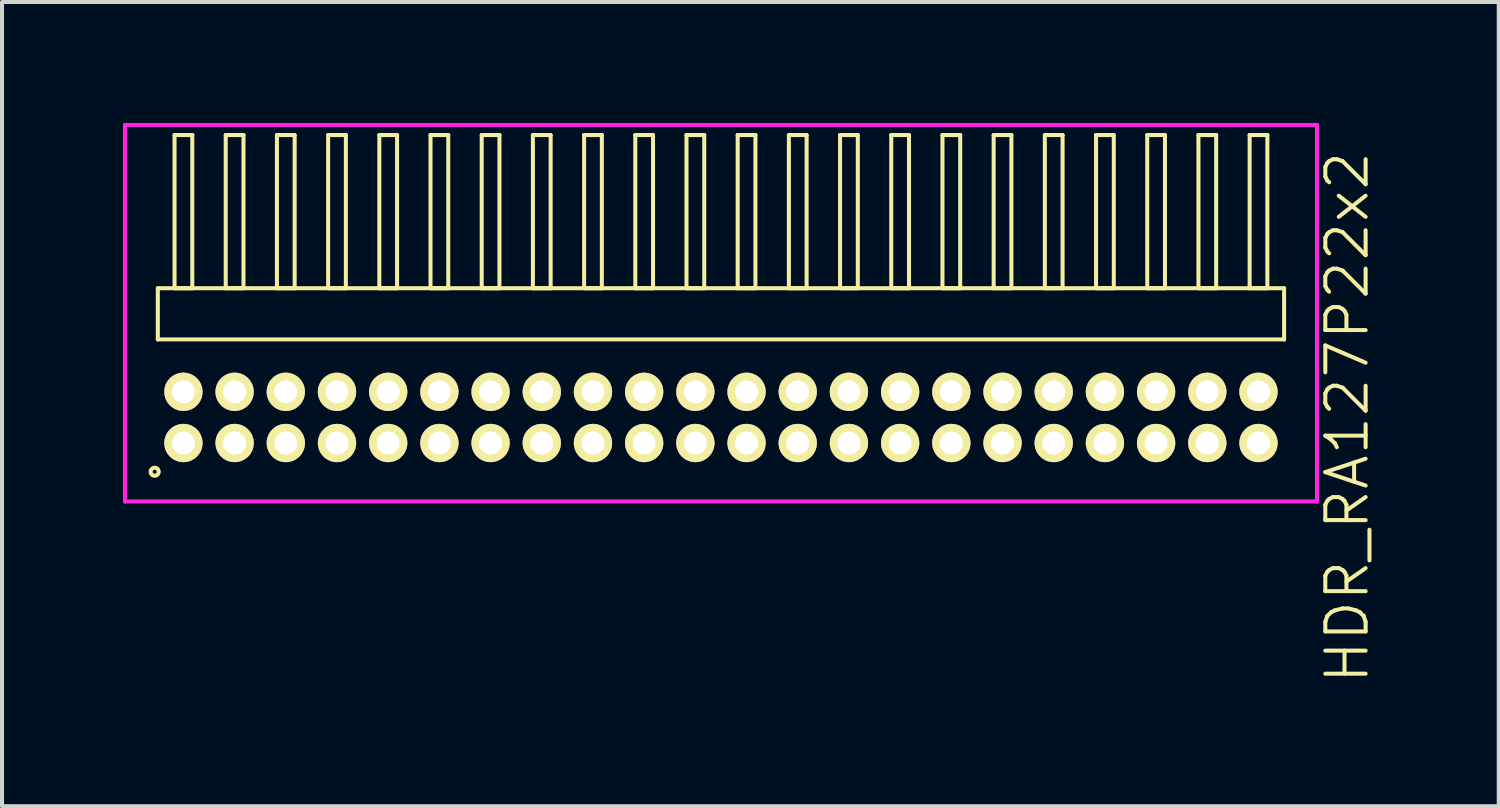
<source format=kicad_pcb>
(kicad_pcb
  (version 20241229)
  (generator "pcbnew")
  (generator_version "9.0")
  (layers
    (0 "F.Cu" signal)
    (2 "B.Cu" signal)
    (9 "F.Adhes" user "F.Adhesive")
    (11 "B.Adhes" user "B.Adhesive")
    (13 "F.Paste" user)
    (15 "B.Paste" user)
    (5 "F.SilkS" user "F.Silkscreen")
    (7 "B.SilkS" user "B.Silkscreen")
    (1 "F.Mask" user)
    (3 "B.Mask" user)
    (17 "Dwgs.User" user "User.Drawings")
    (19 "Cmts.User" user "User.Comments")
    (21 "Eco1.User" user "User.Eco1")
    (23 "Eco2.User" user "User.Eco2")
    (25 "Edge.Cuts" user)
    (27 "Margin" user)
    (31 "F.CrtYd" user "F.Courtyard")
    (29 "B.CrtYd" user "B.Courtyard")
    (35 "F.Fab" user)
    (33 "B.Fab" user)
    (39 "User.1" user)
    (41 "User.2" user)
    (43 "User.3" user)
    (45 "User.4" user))
  (footprint "HDR_RA127P22x2"
    (layer "F.Cu")
    (at 14.835 7.305)
    (property "Reference" "HDR_RA127P22x2" (at 15.535 0 90) (layer "F.SilkS") (effects (font (size 1 1) (thickness 0.1))))
    (attr through_hole)
    (fp_line (start -13.97 -3.205) (end -13.97 -1.935) (stroke (width 0.1) (type solid)) (layer "F.SilkS"))
    (fp_line (start -13.97 -1.935) (end 13.97 -1.935) (stroke (width 0.1) (type solid)) (layer "F.SilkS"))
    (fp_line (start -13.555 -7.005) (end -13.555 -3.205) (stroke (width 0.1) (type solid)) (layer "F.SilkS"))
    (fp_line (start -13.555 -3.205) (end -13.115 -3.205) (stroke (width 0.1) (type solid)) (layer "F.SilkS"))
    (fp_line (start -13.115 -7.005) (end -13.555 -7.005) (stroke (width 0.1) (type solid)) (layer "F.SilkS"))
    (fp_line (start -13.115 -3.205) (end -13.115 -7.005) (stroke (width 0.1) (type solid)) (layer "F.SilkS"))
    (fp_line (start -12.285 -7.005) (end -12.285 -3.205) (stroke (width 0.1) (type solid)) (layer "F.SilkS"))
    (fp_line (start -12.285 -3.205) (end -11.845 -3.205) (stroke (width 0.1) (type solid)) (layer "F.SilkS"))
    (fp_line (start -11.845 -7.005) (end -12.285 -7.005) (stroke (width 0.1) (type solid)) (layer "F.SilkS"))
    (fp_line (start -11.845 -3.205) (end -11.845 -7.005) (stroke (width 0.1) (type solid)) (layer "F.SilkS"))
    (fp_line (start -11.015 -7.005) (end -11.015 -3.205) (stroke (width 0.1) (type solid)) (layer "F.SilkS"))
    (fp_line (start -11.015 -3.205) (end -10.575 -3.205) (stroke (width 0.1) (type solid)) (layer "F.SilkS"))
    (fp_line (start -10.575 -7.005) (end -11.015 -7.005) (stroke (width 0.1) (type solid)) (layer "F.SilkS"))
    (fp_line (start -10.575 -3.205) (end -10.575 -7.005) (stroke (width 0.1) (type solid)) (layer "F.SilkS"))
    (fp_line (start -9.745 -7.005) (end -9.745 -3.205) (stroke (width 0.1) (type solid)) (layer "F.SilkS"))
    (fp_line (start -9.745 -3.205) (end -9.305 -3.205) (stroke (width 0.1) (type solid)) (layer "F.SilkS"))
    (fp_line (start -9.305 -7.005) (end -9.745 -7.005) (stroke (width 0.1) (type solid)) (layer "F.SilkS"))
    (fp_line (start -9.305 -3.205) (end -9.305 -7.005) (stroke (width 0.1) (type solid)) (layer "F.SilkS"))
    (fp_line (start -8.475 -7.005) (end -8.475 -3.205) (stroke (width 0.1) (type solid)) (layer "F.SilkS"))
    (fp_line (start -8.475 -3.205) (end -8.035 -3.205) (stroke (width 0.1) (type solid)) (layer "F.SilkS"))
    (fp_line (start -8.035 -7.005) (end -8.475 -7.005) (stroke (width 0.1) (type solid)) (layer "F.SilkS"))
    (fp_line (start -8.035 -3.205) (end -8.035 -7.005) (stroke (width 0.1) (type solid)) (layer "F.SilkS"))
    (fp_line (start -7.205 -7.005) (end -7.205 -3.205) (stroke (width 0.1) (type solid)) (layer "F.SilkS"))
    (fp_line (start -7.205 -3.205) (end -6.765 -3.205) (stroke (width 0.1) (type solid)) (layer "F.SilkS"))
    (fp_line (start -6.765 -7.005) (end -7.205 -7.005) (stroke (width 0.1) (type solid)) (layer "F.SilkS"))
    (fp_line (start -6.765 -3.205) (end -6.765 -7.005) (stroke (width 0.1) (type solid)) (layer "F.SilkS"))
    (fp_line (start -5.935 -7.005) (end -5.935 -3.205) (stroke (width 0.1) (type solid)) (layer "F.SilkS"))
    (fp_line (start -5.935 -3.205) (end -5.495 -3.205) (stroke (width 0.1) (type solid)) (layer "F.SilkS"))
    (fp_line (start -5.495 -7.005) (end -5.935 -7.005) (stroke (width 0.1) (type solid)) (layer "F.SilkS"))
    (fp_line (start -5.495 -3.205) (end -5.495 -7.005) (stroke (width 0.1) (type solid)) (layer "F.SilkS"))
    (fp_line (start -4.665 -7.005) (end -4.665 -3.205) (stroke (width 0.1) (type solid)) (layer "F.SilkS"))
    (fp_line (start -4.665 -3.205) (end -4.225 -3.205) (stroke (width 0.1) (type solid)) (layer "F.SilkS"))
    (fp_line (start -4.225 -7.005) (end -4.665 -7.005) (stroke (width 0.1) (type solid)) (layer "F.SilkS"))
    (fp_line (start -4.225 -3.205) (end -4.225 -7.005) (stroke (width 0.1) (type solid)) (layer "F.SilkS"))
    (fp_line (start -3.395 -7.005) (end -3.395 -3.205) (stroke (width 0.1) (type solid)) (layer "F.SilkS"))
    (fp_line (start -3.395 -3.205) (end -2.955 -3.205) (stroke (width 0.1) (type solid)) (layer "F.SilkS"))
    (fp_line (start -2.955 -7.005) (end -3.395 -7.005) (stroke (width 0.1) (type solid)) (layer "F.SilkS"))
    (fp_line (start -2.955 -3.205) (end -2.955 -7.005) (stroke (width 0.1) (type solid)) (layer "F.SilkS"))
    (fp_line (start -2.125 -7.005) (end -2.125 -3.205) (stroke (width 0.1) (type solid)) (layer "F.SilkS"))
    (fp_line (start -2.125 -3.205) (end -1.685 -3.205) (stroke (width 0.1) (type solid)) (layer "F.SilkS"))
    (fp_line (start -1.685 -7.005) (end -2.125 -7.005) (stroke (width 0.1) (type solid)) (layer "F.SilkS"))
    (fp_line (start -1.685 -3.205) (end -1.685 -7.005) (stroke (width 0.1) (type solid)) (layer "F.SilkS"))
    (fp_line (start -0.855 -7.005) (end -0.855 -3.205) (stroke (width 0.1) (type solid)) (layer "F.SilkS"))
    (fp_line (start -0.855 -3.205) (end -0.415 -3.205) (stroke (width 0.1) (type solid)) (layer "F.SilkS"))
    (fp_line (start -0.415 -7.005) (end -0.855 -7.005) (stroke (width 0.1) (type solid)) (layer "F.SilkS"))
    (fp_line (start -0.415 -3.205) (end -0.415 -7.005) (stroke (width 0.1) (type solid)) (layer "F.SilkS"))
    (fp_line (start 0.415 -7.005) (end 0.415 -3.205) (stroke (width 0.1) (type solid)) (layer "F.SilkS"))
    (fp_line (start 0.415 -3.205) (end 0.855 -3.205) (stroke (width 0.1) (type solid)) (layer "F.SilkS"))
    (fp_line (start 0.855 -7.005) (end 0.415 -7.005) (stroke (width 0.1) (type solid)) (layer "F.SilkS"))
    (fp_line (start 0.855 -3.205) (end 0.855 -7.005) (stroke (width 0.1) (type solid)) (layer "F.SilkS"))
    (fp_line (start 1.685 -7.005) (end 1.685 -3.205) (stroke (width 0.1) (type solid)) (layer "F.SilkS"))
    (fp_line (start 1.685 -3.205) (end 2.125 -3.205) (stroke (width 0.1) (type solid)) (layer "F.SilkS"))
    (fp_line (start 2.125 -7.005) (end 1.685 -7.005) (stroke (width 0.1) (type solid)) (layer "F.SilkS"))
    (fp_line (start 2.125 -3.205) (end 2.125 -7.005) (stroke (width 0.1) (type solid)) (layer "F.SilkS"))
    (fp_line (start 2.955 -7.005) (end 2.955 -3.205) (stroke (width 0.1) (type solid)) (layer "F.SilkS"))
    (fp_line (start 2.955 -3.205) (end 3.395 -3.205) (stroke (width 0.1) (type solid)) (layer "F.SilkS"))
    (fp_line (start 3.395 -7.005) (end 2.955 -7.005) (stroke (width 0.1) (type solid)) (layer "F.SilkS"))
    (fp_line (start 3.395 -3.205) (end 3.395 -7.005) (stroke (width 0.1) (type solid)) (layer "F.SilkS"))
    (fp_line (start 4.225 -7.005) (end 4.225 -3.205) (stroke (width 0.1) (type solid)) (layer "F.SilkS"))
    (fp_line (start 4.225 -3.205) (end 4.665 -3.205) (stroke (width 0.1) (type solid)) (layer "F.SilkS"))
    (fp_line (start 4.665 -7.005) (end 4.225 -7.005) (stroke (width 0.1) (type solid)) (layer "F.SilkS"))
    (fp_line (start 4.665 -3.205) (end 4.665 -7.005) (stroke (width 0.1) (type solid)) (layer "F.SilkS"))
    (fp_line (start 5.495 -7.005) (end 5.495 -3.205) (stroke (width 0.1) (type solid)) (layer "F.SilkS"))
    (fp_line (start 5.495 -3.205) (end 5.935 -3.205) (stroke (width 0.1) (type solid)) (layer "F.SilkS"))
    (fp_line (start 5.935 -7.005) (end 5.495 -7.005) (stroke (width 0.1) (type solid)) (layer "F.SilkS"))
    (fp_line (start 5.935 -3.205) (end 5.935 -7.005) (stroke (width 0.1) (type solid)) (layer "F.SilkS"))
    (fp_line (start 6.765 -7.005) (end 6.765 -3.205) (stroke (width 0.1) (type solid)) (layer "F.SilkS"))
    (fp_line (start 6.765 -3.205) (end 7.205 -3.205) (stroke (width 0.1) (type solid)) (layer "F.SilkS"))
    (fp_line (start 7.205 -7.005) (end 6.765 -7.005) (stroke (width 0.1) (type solid)) (layer "F.SilkS"))
    (fp_line (start 7.205 -3.205) (end 7.205 -7.005) (stroke (width 0.1) (type solid)) (layer "F.SilkS"))
    (fp_line (start 8.035 -7.005) (end 8.035 -3.205) (stroke (width 0.1) (type solid)) (layer "F.SilkS"))
    (fp_line (start 8.035 -3.205) (end 8.475 -3.205) (stroke (width 0.1) (type solid)) (layer "F.SilkS"))
    (fp_line (start 8.475 -7.005) (end 8.035 -7.005) (stroke (width 0.1) (type solid)) (layer "F.SilkS"))
    (fp_line (start 8.475 -3.205) (end 8.475 -7.005) (stroke (width 0.1) (type solid)) (layer "F.SilkS"))
    (fp_line (start 9.305 -7.005) (end 9.305 -3.205) (stroke (width 0.1) (type solid)) (layer "F.SilkS"))
    (fp_line (start 9.305 -3.205) (end 9.745 -3.205) (stroke (width 0.1) (type solid)) (layer "F.SilkS"))
    (fp_line (start 9.745 -7.005) (end 9.305 -7.005) (stroke (width 0.1) (type solid)) (layer "F.SilkS"))
    (fp_line (start 9.745 -3.205) (end 9.745 -7.005) (stroke (width 0.1) (type solid)) (layer "F.SilkS"))
    (fp_line (start 10.575 -7.005) (end 10.575 -3.205) (stroke (width 0.1) (type solid)) (layer "F.SilkS"))
    (fp_line (start 10.575 -3.205) (end 11.015 -3.205) (stroke (width 0.1) (type solid)) (layer "F.SilkS"))
    (fp_line (start 11.015 -7.005) (end 10.575 -7.005) (stroke (width 0.1) (type solid)) (layer "F.SilkS"))
    (fp_line (start 11.015 -3.205) (end 11.015 -7.005) (stroke (width 0.1) (type solid)) (layer "F.SilkS"))
    (fp_line (start 11.845 -7.005) (end 11.845 -3.205) (stroke (width 0.1) (type solid)) (layer "F.SilkS"))
    (fp_line (start 11.845 -3.205) (end 12.285 -3.205) (stroke (width 0.1) (type solid)) (layer "F.SilkS"))
    (fp_line (start 12.285 -7.005) (end 11.845 -7.005) (stroke (width 0.1) (type solid)) (layer "F.SilkS"))
    (fp_line (start 12.285 -3.205) (end 12.285 -7.005) (stroke (width 0.1) (type solid)) (layer "F.SilkS"))
    (fp_line (start 13.115 -7.005) (end 13.115 -3.205) (stroke (width 0.1) (type solid)) (layer "F.SilkS"))
    (fp_line (start 13.115 -3.205) (end 13.555 -3.205) (stroke (width 0.1) (type solid)) (layer "F.SilkS"))
    (fp_line (start 13.555 -7.005) (end 13.115 -7.005) (stroke (width 0.1) (type solid)) (layer "F.SilkS"))
    (fp_line (start 13.555 -3.205) (end 13.555 -7.005) (stroke (width 0.1) (type solid)) (layer "F.SilkS"))
    (fp_line (start 13.97 -3.205) (end -13.97 -3.205) (stroke (width 0.1) (type solid)) (layer "F.SilkS"))
    (fp_line (start 13.97 -1.935) (end 13.97 -3.205) (stroke (width 0.1) (type solid)) (layer "F.SilkS"))
    (fp_circle (center -14.048 1.348) (end -13.948 1.348) (stroke (width 0.1) (type solid)) (fill no) (layer "F.SilkS"))
    (fp_line (start -14.785 -7.255) (end -14.785 2.085) (stroke (width 0.1) (type solid)) (layer "F.CrtYd"))
    (fp_line (start -14.785 2.085) (end 14.785 2.085) (stroke (width 0.1) (type solid)) (layer "F.CrtYd"))
    (fp_line (start 14.785 -7.255) (end -14.785 -7.255) (stroke (width 0.1) (type solid)) (layer "F.CrtYd"))
    (fp_line (start 14.785 2.085) (end 14.785 -7.255) (stroke (width 0.1) (type solid)) (layer "F.CrtYd"))
    (pad "1" thru_hole oval (at -13.335 0.635) (size 0.95 0.95) (drill 0.57) (layers "*.Cu" "*.Mask" "F.SilkS"))
    (pad "2" thru_hole oval (at -13.335 -0.635) (size 0.95 0.95) (drill 0.57) (layers "*.Cu" "*.Mask" "F.SilkS"))
    (pad "3" thru_hole oval (at -12.065 0.635) (size 0.95 0.95) (drill 0.57) (layers "*.Cu" "*.Mask" "F.SilkS"))
    (pad "4" thru_hole oval (at -12.065 -0.635) (size 0.95 0.95) (drill 0.57) (layers "*.Cu" "*.Mask" "F.SilkS"))
    (pad "5" thru_hole oval (at -10.795 0.635) (size 0.95 0.95) (drill 0.57) (layers "*.Cu" "*.Mask" "F.SilkS"))
    (pad "6" thru_hole oval (at -10.795 -0.635) (size 0.95 0.95) (drill 0.57) (layers "*.Cu" "*.Mask" "F.SilkS"))
    (pad "7" thru_hole oval (at -9.525 0.635) (size 0.95 0.95) (drill 0.57) (layers "*.Cu" "*.Mask" "F.SilkS"))
    (pad "8" thru_hole oval (at -9.525 -0.635) (size 0.95 0.95) (drill 0.57) (layers "*.Cu" "*.Mask" "F.SilkS"))
    (pad "9" thru_hole oval (at -8.255 0.635) (size 0.95 0.95) (drill 0.57) (layers "*.Cu" "*.Mask" "F.SilkS"))
    (pad "10" thru_hole oval (at -8.255 -0.635) (size 0.95 0.95) (drill 0.57) (layers "*.Cu" "*.Mask" "F.SilkS"))
    (pad "11" thru_hole oval (at -6.985 0.635) (size 0.95 0.95) (drill 0.57) (layers "*.Cu" "*.Mask" "F.SilkS"))
    (pad "12" thru_hole oval (at -6.985 -0.635) (size 0.95 0.95) (drill 0.57) (layers "*.Cu" "*.Mask" "F.SilkS"))
    (pad "13" thru_hole oval (at -5.715 0.635) (size 0.95 0.95) (drill 0.57) (layers "*.Cu" "*.Mask" "F.SilkS"))
    (pad "14" thru_hole oval (at -5.715 -0.635) (size 0.95 0.95) (drill 0.57) (layers "*.Cu" "*.Mask" "F.SilkS"))
    (pad "15" thru_hole oval (at -4.445 0.635) (size 0.95 0.95) (drill 0.57) (layers "*.Cu" "*.Mask" "F.SilkS"))
    (pad "16" thru_hole oval (at -4.445 -0.635) (size 0.95 0.95) (drill 0.57) (layers "*.Cu" "*.Mask" "F.SilkS"))
    (pad "17" thru_hole oval (at -3.175 0.635) (size 0.95 0.95) (drill 0.57) (layers "*.Cu" "*.Mask" "F.SilkS"))
    (pad "18" thru_hole oval (at -3.175 -0.635) (size 0.95 0.95) (drill 0.57) (layers "*.Cu" "*.Mask" "F.SilkS"))
    (pad "19" thru_hole oval (at -1.905 0.635) (size 0.95 0.95) (drill 0.57) (layers "*.Cu" "*.Mask" "F.SilkS"))
    (pad "20" thru_hole oval (at -1.905 -0.635) (size 0.95 0.95) (drill 0.57) (layers "*.Cu" "*.Mask" "F.SilkS"))
    (pad "21" thru_hole oval (at -0.635 0.635) (size 0.95 0.95) (drill 0.57) (layers "*.Cu" "*.Mask" "F.SilkS"))
    (pad "22" thru_hole oval (at -0.635 -0.635) (size 0.95 0.95) (drill 0.57) (layers "*.Cu" "*.Mask" "F.SilkS"))
    (pad "23" thru_hole oval (at 0.635 0.635) (size 0.95 0.95) (drill 0.57) (layers "*.Cu" "*.Mask" "F.SilkS"))
    (pad "24" thru_hole oval (at 0.635 -0.635) (size 0.95 0.95) (drill 0.57) (layers "*.Cu" "*.Mask" "F.SilkS"))
    (pad "25" thru_hole oval (at 1.905 0.635) (size 0.95 0.95) (drill 0.57) (layers "*.Cu" "*.Mask" "F.SilkS"))
    (pad "26" thru_hole oval (at 1.905 -0.635) (size 0.95 0.95) (drill 0.57) (layers "*.Cu" "*.Mask" "F.SilkS"))
    (pad "27" thru_hole oval (at 3.175 0.635) (size 0.95 0.95) (drill 0.57) (layers "*.Cu" "*.Mask" "F.SilkS"))
    (pad "28" thru_hole oval (at 3.175 -0.635) (size 0.95 0.95) (drill 0.57) (layers "*.Cu" "*.Mask" "F.SilkS"))
    (pad "29" thru_hole oval (at 4.445 0.635) (size 0.95 0.95) (drill 0.57) (layers "*.Cu" "*.Mask" "F.SilkS"))
    (pad "30" thru_hole oval (at 4.445 -0.635) (size 0.95 0.95) (drill 0.57) (layers "*.Cu" "*.Mask" "F.SilkS"))
    (pad "31" thru_hole oval (at 5.715 0.635) (size 0.95 0.95) (drill 0.57) (layers "*.Cu" "*.Mask" "F.SilkS"))
    (pad "32" thru_hole oval (at 5.715 -0.635) (size 0.95 0.95) (drill 0.57) (layers "*.Cu" "*.Mask" "F.SilkS"))
    (pad "33" thru_hole oval (at 6.985 0.635) (size 0.95 0.95) (drill 0.57) (layers "*.Cu" "*.Mask" "F.SilkS"))
    (pad "34" thru_hole oval (at 6.985 -0.635) (size 0.95 0.95) (drill 0.57) (layers "*.Cu" "*.Mask" "F.SilkS"))
    (pad "35" thru_hole oval (at 8.255 0.635) (size 0.95 0.95) (drill 0.57) (layers "*.Cu" "*.Mask" "F.SilkS"))
    (pad "36" thru_hole oval (at 8.255 -0.635) (size 0.95 0.95) (drill 0.57) (layers "*.Cu" "*.Mask" "F.SilkS"))
    (pad "37" thru_hole oval (at 9.525 0.635) (size 0.95 0.95) (drill 0.57) (layers "*.Cu" "*.Mask" "F.SilkS"))
    (pad "38" thru_hole oval (at 9.525 -0.635) (size 0.95 0.95) (drill 0.57) (layers "*.Cu" "*.Mask" "F.SilkS"))
    (pad "39" thru_hole oval (at 10.795 0.635) (size 0.95 0.95) (drill 0.57) (layers "*.Cu" "*.Mask" "F.SilkS"))
    (pad "40" thru_hole oval (at 10.795 -0.635) (size 0.95 0.95) (drill 0.57) (layers "*.Cu" "*.Mask" "F.SilkS"))
    (pad "41" thru_hole oval (at 12.065 0.635) (size 0.95 0.95) (drill 0.57) (layers "*.Cu" "*.Mask" "F.SilkS"))
    (pad "42" thru_hole oval (at 12.065 -0.635) (size 0.95 0.95) (drill 0.57) (layers "*.Cu" "*.Mask" "F.SilkS"))
    (pad "43" thru_hole oval (at 13.335 0.635) (size 0.95 0.95) (drill 0.57) (layers "*.Cu" "*.Mask" "F.SilkS"))
    (pad "44" thru_hole oval (at 13.335 -0.635) (size 0.95 0.95) (drill 0.57) (layers "*.Cu" "*.Mask" "F.SilkS")))
  (gr_rect
    (start -3 -3)
    (end 34.13 16.95)
    (stroke (width 0.1) (type default))
    (fill no)
    (layer "Edge.Cuts")))
</source>
